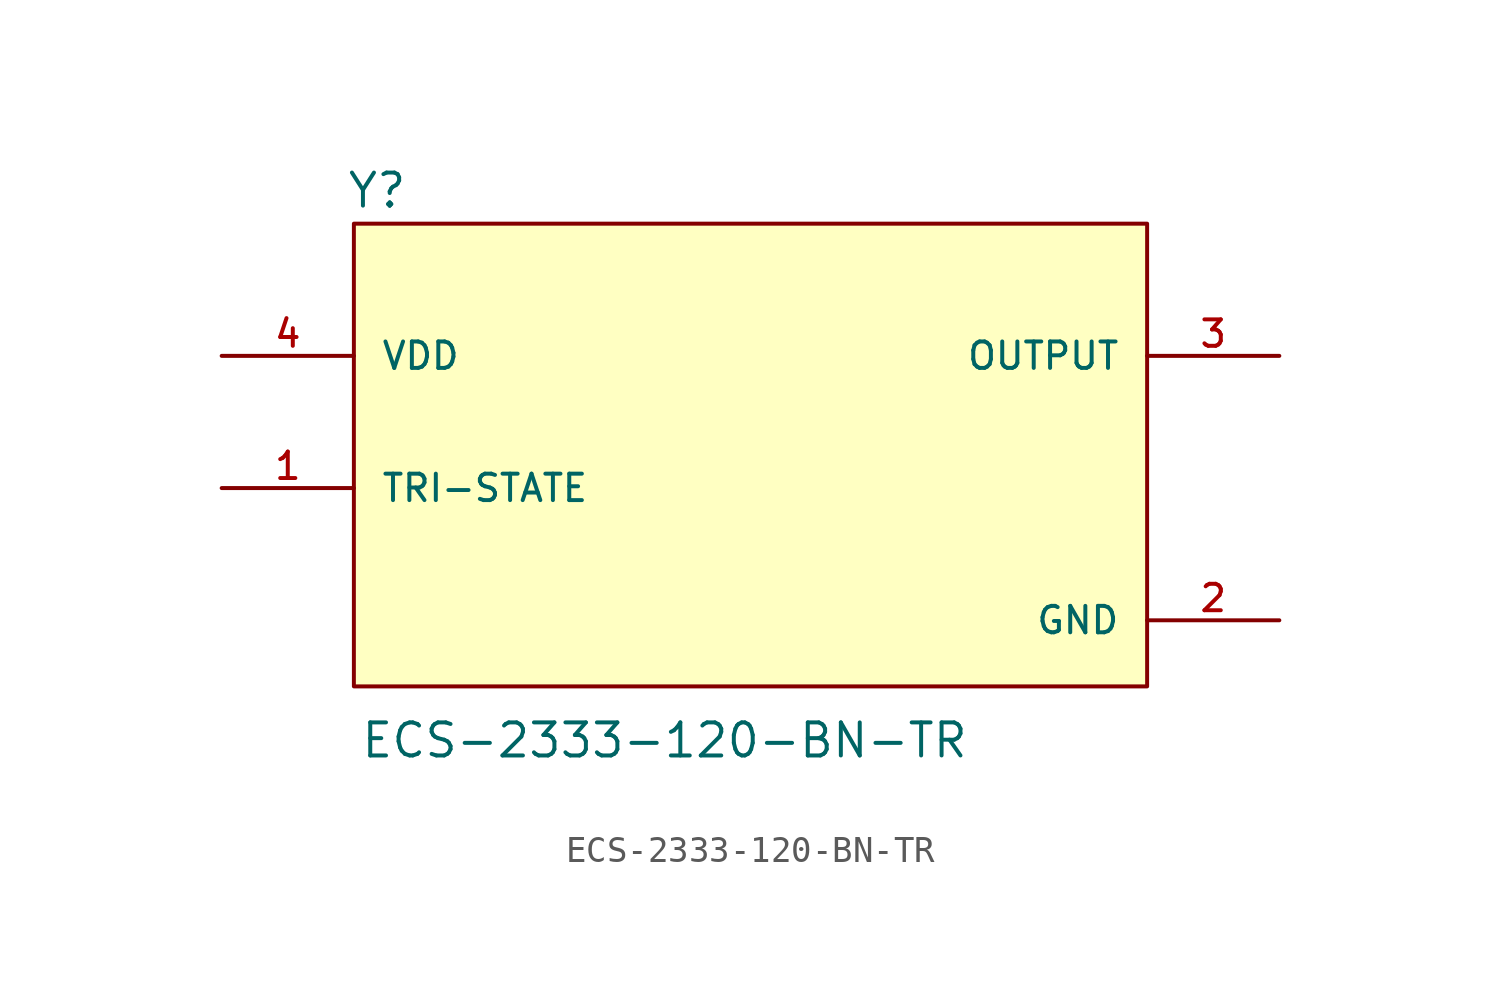
<source format=kicad_sym>
(kicad_symbol_lib
  (version 20211014)
  (generator kicad_symbol_editor)
  (symbol "ECS-2333-120-BN-TR"
    (pin_names
      (offset 1.016))
    (property "Reference" "Y"
      (at -15.536 8.15 0)
      (effects (font (size 1.27 1.27)) (justify bottom left)))
    (property "Value" "ECS-2333-120-BN-TR"
      (at -15.013 -12.977 0)
      (effects (font (size 1.27 1.27)) (justify bottom left)))
    (symbol "ECS-2333-120-BN-TR_0_0"
      (rectangle (start -15.24 -10.16) (end 15.24 7.62) (stroke (width 0.152)) (fill (type background)))
      (pin input line (at -20.32 -2.54 0) (length 5.08) (name "TRI-STATE" (effects (font (size 1.016 1.016)))) (number "1" (effects (font (size 1.016 1.016)))))
      (pin input line (at -20.32 2.54 0) (length 5.08) (name "VDD" (effects (font (size 1.016 1.016)))) (number "4" (effects (font (size 1.016 1.016)))))
      (pin output line (at 20.32 2.54 180.0) (length 5.08) (name "OUTPUT" (effects (font (size 1.016 1.016)))) (number "3" (effects (font (size 1.016 1.016)))))
      (pin power_in line (at 20.32 -7.62 180.0) (length 5.08) (name "GND" (effects (font (size 1.016 1.016)))) (number "2" (effects (font (size 1.016 1.016))))))))
</source>
